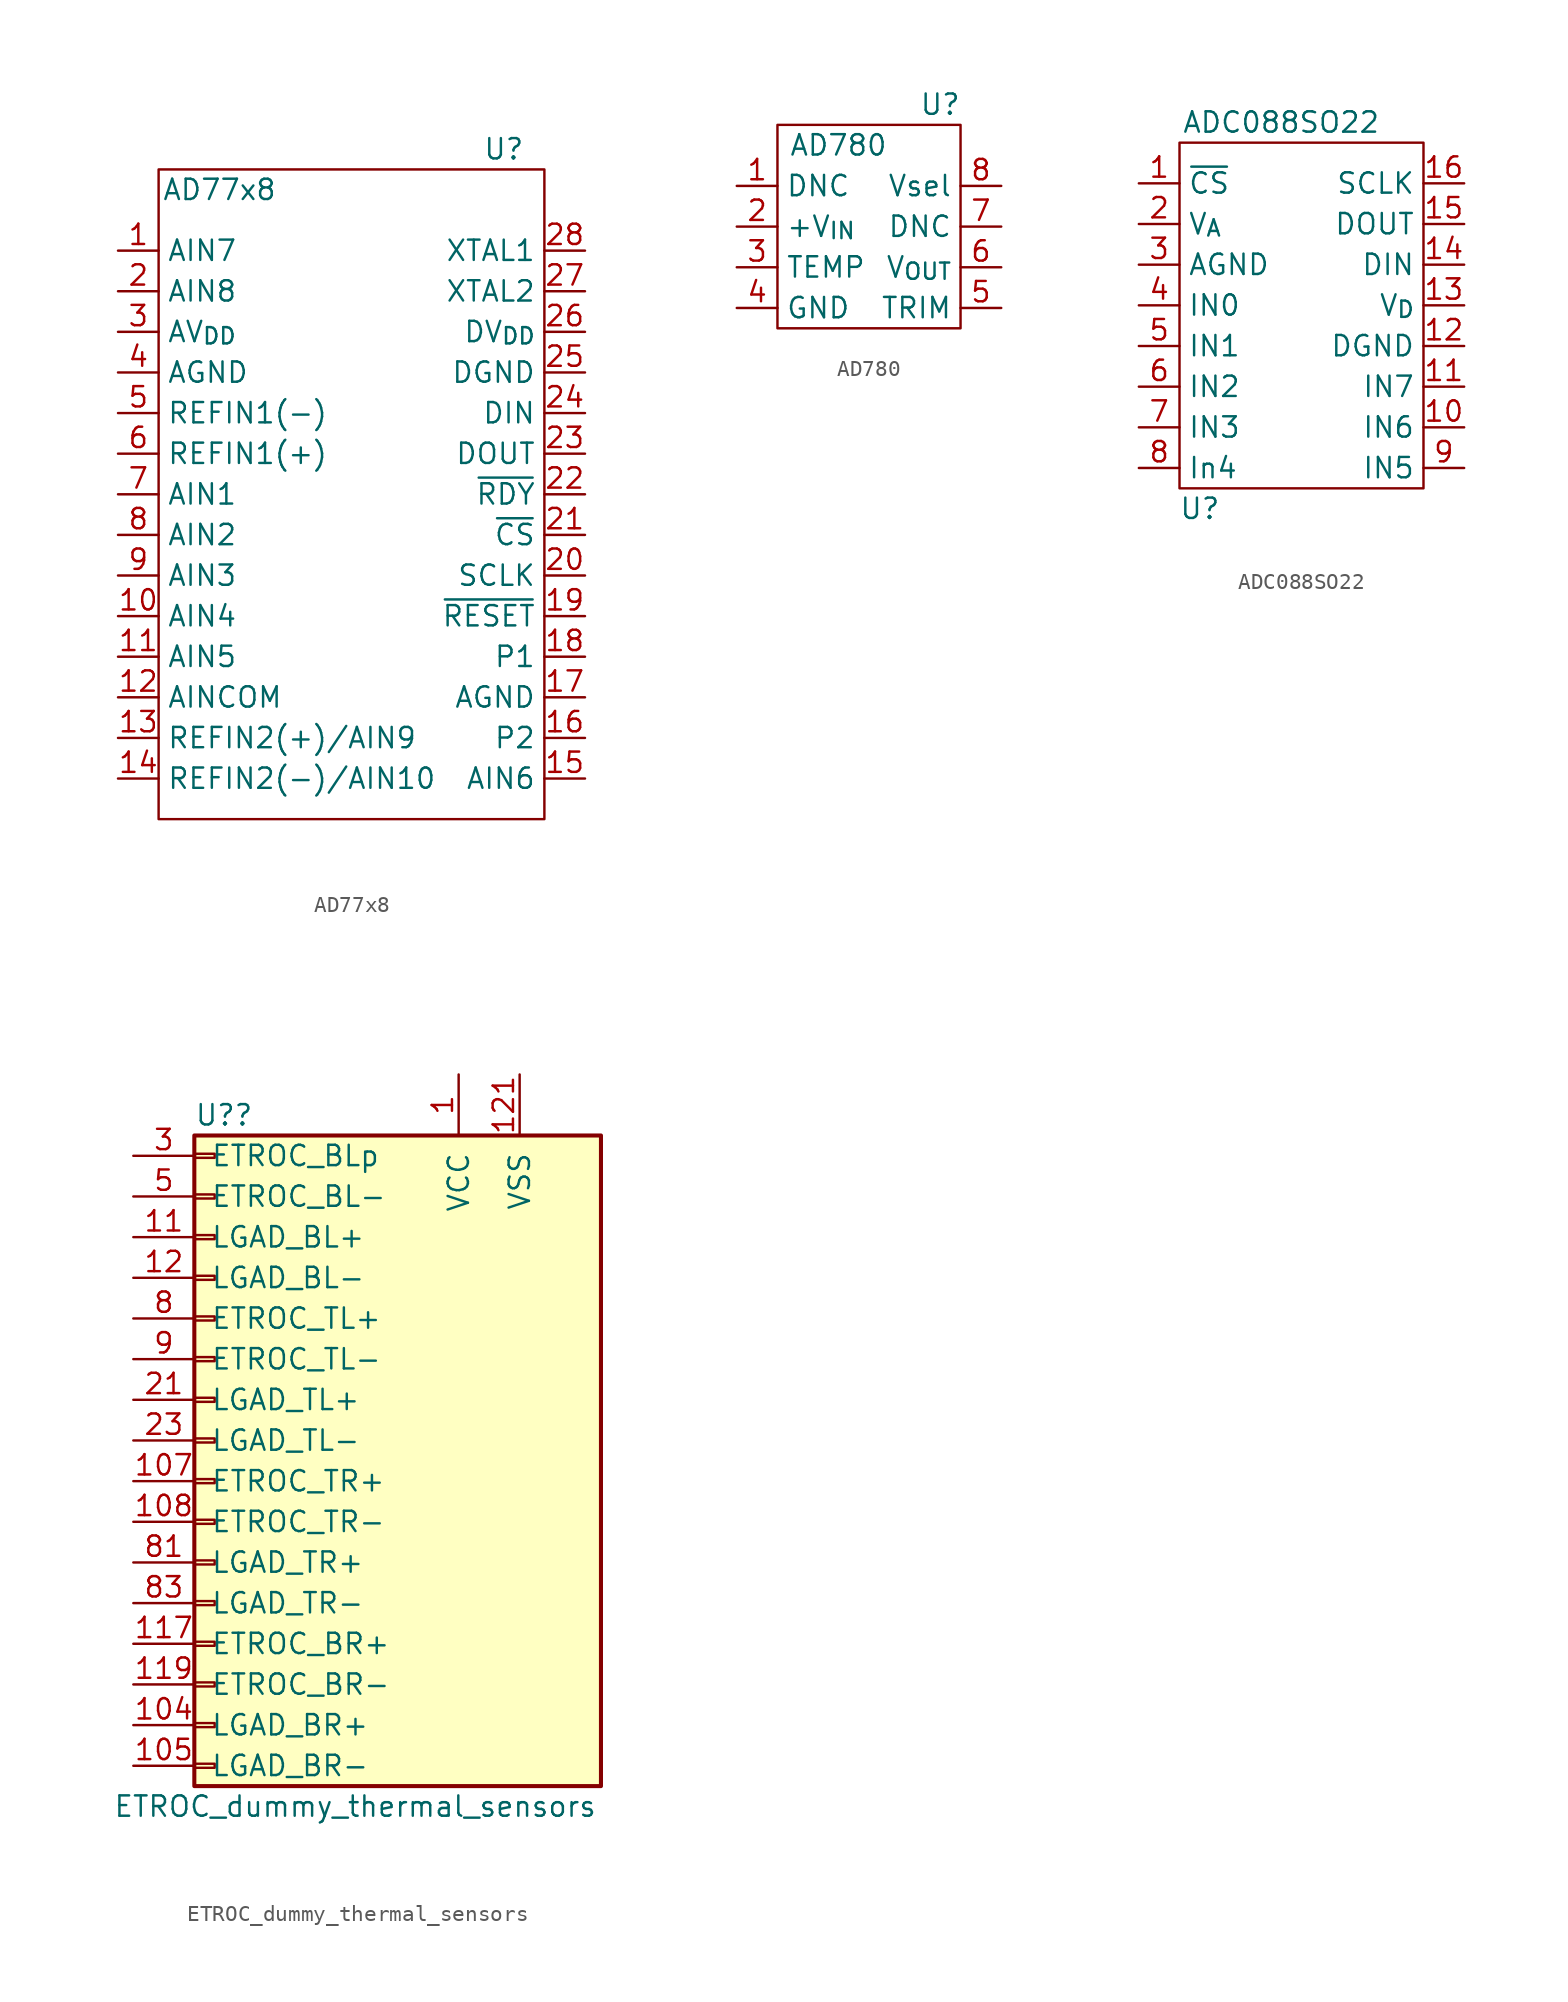
<source format=kicad_sym>
(kicad_symbol_lib
  (version 20211014)
  (generator kicad_symbol_editor)
  (symbol "AD77x8"
    (property "Reference" "U"
      (at 11.43 13.97 0)
      (effects (font (size 1.27 1.27))))
    (property "Value" "AD77x8"
      (at -6.35 11.43 0)
      (effects (font (size 1.27 1.27))))
    (symbol "AD77x8_0_1"
      (rectangle (start 13.97 -27.94) (end -10.16 12.7) (stroke (width 0.152) (type default) (color 0 0 0 0)) (fill (type none))))
    (symbol "AD77x8_1_1"
      (pin input line (at -12.7 7.62 0) (length 2.54) (name "AIN7" (effects (font (size 1.27 1.27)))) (number "1" (effects (font (size 1.27 1.27)))))
      (pin input line (at -12.7 -15.24 0) (length 2.54) (name "AIN4" (effects (font (size 1.27 1.27)))) (number "10" (effects (font (size 1.27 1.27)))))
      (pin input line (at -12.7 -17.78 0) (length 2.54) (name "AIN5" (effects (font (size 1.27 1.27)))) (number "11" (effects (font (size 1.27 1.27)))))
      (pin input line (at -12.7 -20.32 0) (length 2.54) (name "AINCOM" (effects (font (size 1.27 1.27)))) (number "12" (effects (font (size 1.27 1.27)))))
      (pin input line (at -12.7 -22.86 0) (length 2.54) (name "REFIN2(+)/AIN9" (effects (font (size 1.27 1.27)))) (number "13" (effects (font (size 1.27 1.27)))))
      (pin input line (at -12.7 -25.4 0) (length 2.54) (name "REFIN2(-)/AIN10" (effects (font (size 1.27 1.27)))) (number "14" (effects (font (size 1.27 1.27)))))
      (pin input line (at 16.51 -25.4 180) (length 2.54) (name "AIN6" (effects (font (size 1.27 1.27)))) (number "15" (effects (font (size 1.27 1.27)))))
      (pin input line (at 16.51 -22.86 180) (length 2.54) (name "P2" (effects (font (size 1.27 1.27)))) (number "16" (effects (font (size 1.27 1.27)))))
      (pin input line (at 16.51 -20.32 180) (length 2.54) (name "AGND" (effects (font (size 1.27 1.27)))) (number "17" (effects (font (size 1.27 1.27)))))
      (pin input line (at 16.51 -17.78 180) (length 2.54) (name "P1" (effects (font (size 1.27 1.27)))) (number "18" (effects (font (size 1.27 1.27)))))
      (pin input line (at 16.51 -15.24 180) (length 2.54) (name "~{RESET}" (effects (font (size 1.27 1.27)))) (number "19" (effects (font (size 1.27 1.27)))))
      (pin input line (at -12.7 5.08 0) (length 2.54) (name "AIN8" (effects (font (size 1.27 1.27)))) (number "2" (effects (font (size 1.27 1.27)))))
      (pin input line (at 16.51 -12.7 180) (length 2.54) (name "SCLK" (effects (font (size 1.27 1.27)))) (number "20" (effects (font (size 1.27 1.27)))))
      (pin input line (at 16.51 -10.16 180) (length 2.54) (name "~{CS}" (effects (font (size 1.27 1.27)))) (number "21" (effects (font (size 1.27 1.27)))))
      (pin input line (at 16.51 -7.62 180) (length 2.54) (name "~{RDY}" (effects (font (size 1.27 1.27)))) (number "22" (effects (font (size 1.27 1.27)))))
      (pin input line (at 16.51 -5.08 180) (length 2.54) (name "DOUT" (effects (font (size 1.27 1.27)))) (number "23" (effects (font (size 1.27 1.27)))))
      (pin input line (at 16.51 -2.54 180) (length 2.54) (name "DIN" (effects (font (size 1.27 1.27)))) (number "24" (effects (font (size 1.27 1.27)))))
      (pin input line (at 16.51 0 180) (length 2.54) (name "DGND" (effects (font (size 1.27 1.27)))) (number "25" (effects (font (size 1.27 1.27)))))
      (pin input line (at 16.51 2.54 180) (length 2.54) (name "DV_{DD}" (effects (font (size 1.27 1.27)))) (number "26" (effects (font (size 1.27 1.27)))))
      (pin input line (at 16.51 5.08 180) (length 2.54) (name "XTAL2" (effects (font (size 1.27 1.27)))) (number "27" (effects (font (size 1.27 1.27)))))
      (pin input line (at 16.51 7.62 180) (length 2.54) (name "XTAL1" (effects (font (size 1.27 1.27)))) (number "28" (effects (font (size 1.27 1.27)))))
      (pin input line (at -12.7 2.54 0) (length 2.54) (name "AV_{DD}" (effects (font (size 1.27 1.27)))) (number "3" (effects (font (size 1.27 1.27)))))
      (pin input line (at -12.7 0 0) (length 2.54) (name "AGND" (effects (font (size 1.27 1.27)))) (number "4" (effects (font (size 1.27 1.27)))))
      (pin input line (at -12.7 -2.54 0) (length 2.54) (name "REFIN1(-)" (effects (font (size 1.27 1.27)))) (number "5" (effects (font (size 1.27 1.27)))))
      (pin input line (at -12.7 -5.08 0) (length 2.54) (name "REFIN1(+)" (effects (font (size 1.27 1.27)))) (number "6" (effects (font (size 1.27 1.27)))))
      (pin input line (at -12.7 -7.62 0) (length 2.54) (name "AIN1" (effects (font (size 1.27 1.27)))) (number "7" (effects (font (size 1.27 1.27)))))
      (pin input line (at -12.7 -10.16 0) (length 2.54) (name "AIN2" (effects (font (size 1.27 1.27)))) (number "8" (effects (font (size 1.27 1.27)))))
      (pin input line (at -12.7 -12.7 0) (length 2.54) (name "AIN3" (effects (font (size 1.27 1.27)))) (number "9" (effects (font (size 1.27 1.27)))))))
  (symbol "AD780"
    (property "Reference" "U"
      (at 2.54 10.16 0)
      (effects (font (size 1.27 1.27))))
    (property "Value" "AD780"
      (at -3.81 7.62 0)
      (effects (font (size 1.27 1.27))))
    (symbol "AD780_0_1"
      (rectangle (start -7.62 8.89) (end 3.81 -3.81) (stroke (width 0.152) (type default) (color 0 0 0 0)) (fill (type none))))
    (symbol "AD780_1_1"
      (pin input line (at -10.16 5.08 0) (length 2.54) (name "DNC" (effects (font (size 1.27 1.27)))) (number "1" (effects (font (size 1.27 1.27)))))
      (pin input line (at -10.16 2.54 0) (length 2.54) (name "+V_{IN}" (effects (font (size 1.27 1.27)))) (number "2" (effects (font (size 1.27 1.27)))))
      (pin input line (at -10.16 0 0) (length 2.54) (name "TEMP" (effects (font (size 1.27 1.27)))) (number "3" (effects (font (size 1.27 1.27)))))
      (pin input line (at -10.16 -2.54 0) (length 2.54) (name "GND" (effects (font (size 1.27 1.27)))) (number "4" (effects (font (size 1.27 1.27)))))
      (pin input line (at 6.35 -2.54 180) (length 2.54) (name "TRIM" (effects (font (size 1.27 1.27)))) (number "5" (effects (font (size 1.27 1.27)))))
      (pin input line (at 6.35 0 180) (length 2.54) (name "V_{OUT}" (effects (font (size 1.27 1.27)))) (number "6" (effects (font (size 1.27 1.27)))))
      (pin input line (at 6.35 2.54 180) (length 2.54) (name "DNC" (effects (font (size 1.27 1.27)))) (number "7" (effects (font (size 1.27 1.27)))))
      (pin input line (at 6.35 5.08 180) (length 2.54) (name "Vsel" (effects (font (size 1.27 1.27)))) (number "8" (effects (font (size 1.27 1.27)))))))
  (symbol "ADC088SO22"
    (property "Reference" "U"
      (at -6.35 -8.89 0)
      (effects (font (size 1.27 1.27))))
    (property "Value" "ADC088SO22"
      (at -1.27 15.24 0)
      (effects (font (size 1.27 1.27))))
    (symbol "ADC088SO22_0_1"
      (rectangle (start -7.62 13.97) (end 7.62 -7.62) (stroke (width 0.152) (type default) (color 0 0 0 0)) (fill (type none))))
    (symbol "ADC088SO22_1_1"
      (pin input line (at -10.16 11.43 0) (length 2.54) (name "~{CS}" (effects (font (size 1.27 1.27)))) (number "1" (effects (font (size 1.27 1.27)))))
      (pin input line (at 10.16 -3.81 180) (length 2.54) (name "IN6" (effects (font (size 1.27 1.27)))) (number "10" (effects (font (size 1.27 1.27)))))
      (pin input line (at 10.16 -1.27 180) (length 2.54) (name "IN7" (effects (font (size 1.27 1.27)))) (number "11" (effects (font (size 1.27 1.27)))))
      (pin input line (at 10.16 1.27 180) (length 2.54) (name "DGND" (effects (font (size 1.27 1.27)))) (number "12" (effects (font (size 1.27 1.27)))))
      (pin input line (at 10.16 3.81 180) (length 2.54) (name "V_{D}" (effects (font (size 1.27 1.27)))) (number "13" (effects (font (size 1.27 1.27)))))
      (pin input line (at 10.16 6.35 180) (length 2.54) (name "DIN" (effects (font (size 1.27 1.27)))) (number "14" (effects (font (size 1.27 1.27)))))
      (pin output line (at 10.16 8.89 180) (length 2.54) (name "DOUT" (effects (font (size 1.27 1.27)))) (number "15" (effects (font (size 1.27 1.27)))))
      (pin input line (at 10.16 11.43 180) (length 2.54) (name "SCLK" (effects (font (size 1.27 1.27)))) (number "16" (effects (font (size 1.27 1.27)))))
      (pin input line (at -10.16 8.89 0) (length 2.54) (name "V_{A}" (effects (font (size 1.27 1.27)))) (number "2" (effects (font (size 1.27 1.27)))))
      (pin input line (at -10.16 6.35 0) (length 2.54) (name "AGND" (effects (font (size 1.27 1.27)))) (number "3" (effects (font (size 1.27 1.27)))))
      (pin input line (at -10.16 3.81 0) (length 2.54) (name "IN0" (effects (font (size 1.27 1.27)))) (number "4" (effects (font (size 1.27 1.27)))))
      (pin input line (at -10.16 1.27 0) (length 2.54) (name "IN1" (effects (font (size 1.27 1.27)))) (number "5" (effects (font (size 1.27 1.27)))))
      (pin input line (at -10.16 -1.27 0) (length 2.54) (name "IN2" (effects (font (size 1.27 1.27)))) (number "6" (effects (font (size 1.27 1.27)))))
      (pin input line (at -10.16 -3.81 0) (length 2.54) (name "IN3" (effects (font (size 1.27 1.27)))) (number "7" (effects (font (size 1.27 1.27)))))
      (pin input line (at -10.16 -6.35 0) (length 2.54) (name "In4" (effects (font (size 1.27 1.27)))) (number "8" (effects (font (size 1.27 1.27)))))
      (pin input line (at 10.16 -6.35 180) (length 2.54) (name "IN5" (effects (font (size 1.27 1.27)))) (number "9" (effects (font (size 1.27 1.27)))))))
  (symbol "ETROC_dummy_thermal_sensors"
    (pin_names
      (offset 1.016))
    (property "Reference" "U?"
      (at -1.27 20.32 0)
      (effects (font (size 1.27 1.27)) (justify left)))
    (property "Value" "ETROC_dummy_thermal_sensors"
      (at -6.35 -22.86 0)
      (effects (font (size 1.27 1.27)) (justify left)))
    (symbol "ETROC_dummy_thermal_sensors_1_1"
      (rectangle (start -1.27 -20.193) (end 0 -20.447) (stroke (width 0.152) (type default) (color 0 0 0 0)) (fill (type none)))
      (rectangle (start -1.27 -17.653) (end 0 -17.907) (stroke (width 0.152) (type default) (color 0 0 0 0)) (fill (type none)))
      (rectangle (start -1.27 -15.113) (end 0 -15.367) (stroke (width 0.152) (type default) (color 0 0 0 0)) (fill (type none)))
      (rectangle (start -1.27 -12.573) (end 0 -12.827) (stroke (width 0.152) (type default) (color 0 0 0 0)) (fill (type none)))
      (rectangle (start -1.27 -10.033) (end 0 -10.287) (stroke (width 0.152) (type default) (color 0 0 0 0)) (fill (type none)))
      (rectangle (start -1.27 -7.493) (end 0 -7.747) (stroke (width 0.152) (type default) (color 0 0 0 0)) (fill (type none)))
      (rectangle (start -1.27 -4.953) (end 0 -5.207) (stroke (width 0.152) (type default) (color 0 0 0 0)) (fill (type none)))
      (rectangle (start -1.27 -2.413) (end 0 -2.667) (stroke (width 0.152) (type default) (color 0 0 0 0)) (fill (type none)))
      (rectangle (start -1.27 0.127) (end 0 -0.127) (stroke (width 0.152) (type default) (color 0 0 0 0)) (fill (type none)))
      (rectangle (start -1.27 2.667) (end 0 2.413) (stroke (width 0.152) (type default) (color 0 0 0 0)) (fill (type none)))
      (rectangle (start -1.27 5.207) (end 0 4.953) (stroke (width 0.152) (type default) (color 0 0 0 0)) (fill (type none)))
      (rectangle (start -1.27 7.747) (end 0 7.493) (stroke (width 0.152) (type default) (color 0 0 0 0)) (fill (type none)))
      (rectangle (start -1.27 10.287) (end 0 10.033) (stroke (width 0.152) (type default) (color 0 0 0 0)) (fill (type none)))
      (rectangle (start -1.27 12.827) (end 0 12.573) (stroke (width 0.152) (type default) (color 0 0 0 0)) (fill (type none)))
      (rectangle (start -1.27 15.367) (end 0 15.113) (stroke (width 0.152) (type default) (color 0 0 0 0)) (fill (type none)))
      (rectangle (start -1.27 17.907) (end 0 17.653) (stroke (width 0.152) (type default) (color 0 0 0 0)) (fill (type none)))
      (rectangle (start -1.27 19.05) (end 24.13 -21.59) (stroke (width 0.254) (type default) (color 0 0 0 0)) (fill (type background)))
      (pin passive line (at 15.24 22.86 270) (length 3.81) (name "VCC" (effects (font (size 1.27 1.27)))) (number "1" (effects (font (size 1.27 1.27)))))
      (pin passive line (at -5.08 -17.78 0) (length 3.81) (name "LGAD_BR+" (effects (font (size 1.27 1.27)))) (number "104" (effects (font (size 1.27 1.27)))))
      (pin passive line (at -5.08 -20.32 0) (length 3.81) (name "LGAD_BR-" (effects (font (size 1.27 1.27)))) (number "105" (effects (font (size 1.27 1.27)))))
      (pin passive line (at -5.08 -2.54 0) (length 3.81) (name "ETROC_TR+" (effects (font (size 1.27 1.27)))) (number "107" (effects (font (size 1.27 1.27)))))
      (pin passive line (at -5.08 -5.08 0) (length 3.81) (name "ETROC_TR-" (effects (font (size 1.27 1.27)))) (number "108" (effects (font (size 1.27 1.27)))))
      (pin passive line (at -5.08 12.7 0) (length 3.81) (name "LGAD_BL+" (effects (font (size 1.27 1.27)))) (number "11" (effects (font (size 1.27 1.27)))))
      (pin passive line (at -5.08 -12.7 0) (length 3.81) (name "ETROC_BR+" (effects (font (size 1.27 1.27)))) (number "117" (effects (font (size 1.27 1.27)))))
      (pin passive line (at -5.08 -15.24 0) (length 3.81) (name "ETROC_BR-" (effects (font (size 1.27 1.27)))) (number "119" (effects (font (size 1.27 1.27)))))
      (pin passive line (at -5.08 10.16 0) (length 3.81) (name "LGAD_BL-" (effects (font (size 1.27 1.27)))) (number "12" (effects (font (size 1.27 1.27)))))
      (pin passive line (at 19.05 22.86 270) (length 3.81) (name "VSS" (effects (font (size 1.27 1.27)))) (number "121" (effects (font (size 1.27 1.27)))))
      (pin passive line (at -5.08 2.54 0) (length 3.81) (name "LGAD_TL+" (effects (font (size 1.27 1.27)))) (number "21" (effects (font (size 1.27 1.27)))))
      (pin passive line (at -5.08 0 0) (length 3.81) (name "LGAD_TL-" (effects (font (size 1.27 1.27)))) (number "23" (effects (font (size 1.27 1.27)))))
      (pin input line (at -5.08 17.78 0) (length 3.81) (name "ETROC_BLp" (effects (font (size 1.27 1.27)))) (number "3" (effects (font (size 1.27 1.27)))))
      (pin input line (at -5.08 15.24 0) (length 3.81) (name "ETROC_BL-" (effects (font (size 1.27 1.27)))) (number "5" (effects (font (size 1.27 1.27)))))
      (pin passive line (at -5.08 7.62 0) (length 3.81) (name "ETROC_TL+" (effects (font (size 1.27 1.27)))) (number "8" (effects (font (size 1.27 1.27)))))
      (pin passive line (at -5.08 -7.62 0) (length 3.81) (name "LGAD_TR+" (effects (font (size 1.27 1.27)))) (number "81" (effects (font (size 1.27 1.27)))))
      (pin passive line (at -5.08 -10.16 0) (length 3.81) (name "LGAD_TR-" (effects (font (size 1.27 1.27)))) (number "83" (effects (font (size 1.27 1.27)))))
      (pin passive line (at -5.08 5.08 0) (length 3.81) (name "ETROC_TL-" (effects (font (size 1.27 1.27)))) (number "9" (effects (font (size 1.27 1.27))))))))
</source>
